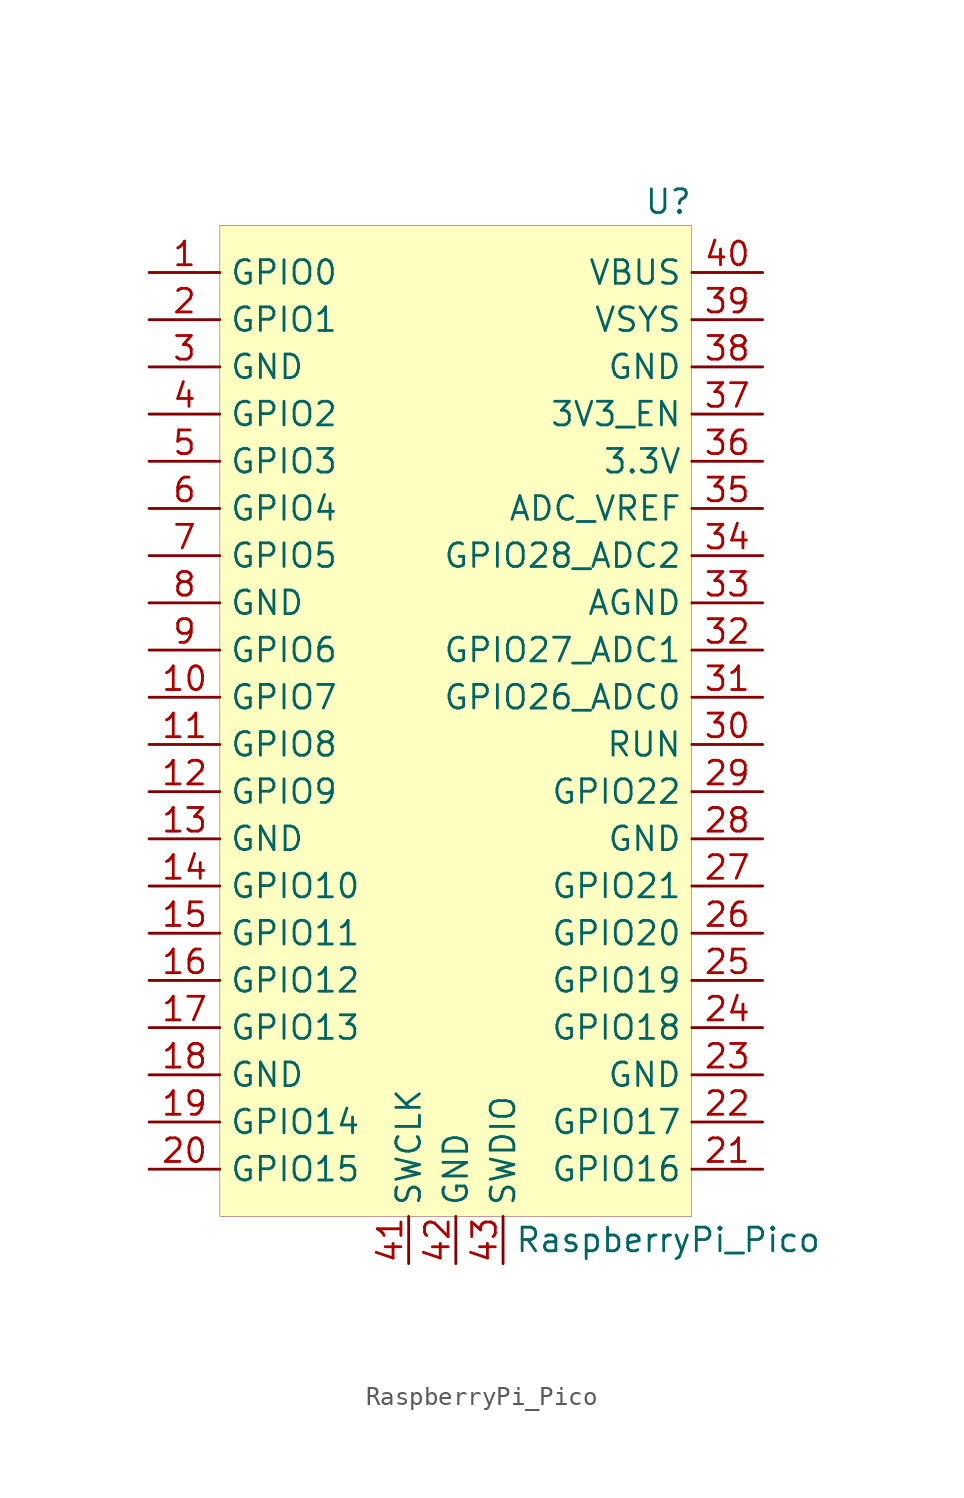
<source format=kicad_sym>
(kicad_symbol_lib
  (version 20201005)
  (generator kicad_symbol_editor)
  (symbol "MCU_Module_Extra:RaspberryPi_Pico"
    (property "Reference" "U"
      (at 11.43 26.67 0)
      (effects (font (size 1.27 1.27))))
    (property "Value" "RaspberryPi_Pico"
      (at 11.43 -29.21 0)
      (effects (font (size 1.27 1.27))))
    (symbol "RaspberryPi_Pico_0_0"
      (pin input line (at -2.54 -30.48 90) (length 2.54) (name "SWCLK" (effects (font (size 1.27 1.27)))) (number "41" (effects (font (size 1.27 1.27)))))
      (pin power_in line (at 0 -30.48 90) (length 2.54) (name "GND" (effects (font (size 1.27 1.27)))) (number "42" (effects (font (size 1.27 1.27)))))
      (pin bidirectional line (at 2.54 -30.48 90) (length 2.54) (name "SWDIO" (effects (font (size 1.27 1.27)))) (number "43" (effects (font (size 1.27 1.27))))))
    (symbol "RaspberryPi_Pico_0_1"
      (rectangle (start -12.7 25.4) (end 12.7 -27.94) (stroke (width 0.001)) (fill (type background))))
    (symbol "RaspberryPi_Pico_1_1"
      (pin bidirectional line (at -16.51 22.86 0) (length 3.81) (name "GPIO0" (effects (font (size 1.27 1.27)))) (number "1" (effects (font (size 1.27 1.27)))))
      (pin bidirectional line (at -16.51 20.32 0) (length 3.81) (name "GPIO1" (effects (font (size 1.27 1.27)))) (number "2" (effects (font (size 1.27 1.27)))))
      (pin power_in line (at -16.51 17.78 0) (length 3.81) (name "GND" (effects (font (size 1.27 1.27)))) (number "3" (effects (font (size 1.27 1.27)))))
      (pin bidirectional line (at -16.51 15.24 0) (length 3.81) (name "GPIO2" (effects (font (size 1.27 1.27)))) (number "4" (effects (font (size 1.27 1.27)))))
      (pin bidirectional line (at -16.51 12.7 0) (length 3.81) (name "GPIO3" (effects (font (size 1.27 1.27)))) (number "5" (effects (font (size 1.27 1.27)))))
      (pin bidirectional line (at -16.51 10.16 0) (length 3.81) (name "GPIO4" (effects (font (size 1.27 1.27)))) (number "6" (effects (font (size 1.27 1.27)))))
      (pin bidirectional line (at -16.51 7.62 0) (length 3.81) (name "GPIO5" (effects (font (size 1.27 1.27)))) (number "7" (effects (font (size 1.27 1.27)))))
      (pin power_in line (at -16.51 5.08 0) (length 3.81) (name "GND" (effects (font (size 1.27 1.27)))) (number "8" (effects (font (size 1.27 1.27)))))
      (pin bidirectional line (at -16.51 2.54 0) (length 3.81) (name "GPIO6" (effects (font (size 1.27 1.27)))) (number "9" (effects (font (size 1.27 1.27)))))
      (pin bidirectional line (at -16.51 0 0) (length 3.81) (name "GPIO7" (effects (font (size 1.27 1.27)))) (number "10" (effects (font (size 1.27 1.27)))))
      (pin bidirectional line (at -16.51 -2.54 0) (length 3.81) (name "GPIO8" (effects (font (size 1.27 1.27)))) (number "11" (effects (font (size 1.27 1.27)))))
      (pin bidirectional line (at -16.51 -5.08 0) (length 3.81) (name "GPIO9" (effects (font (size 1.27 1.27)))) (number "12" (effects (font (size 1.27 1.27)))))
      (pin power_in line (at -16.51 -7.62 0) (length 3.81) (name "GND" (effects (font (size 1.27 1.27)))) (number "13" (effects (font (size 1.27 1.27)))))
      (pin bidirectional line (at -16.51 -10.16 0) (length 3.81) (name "GPIO10" (effects (font (size 1.27 1.27)))) (number "14" (effects (font (size 1.27 1.27)))))
      (pin bidirectional line (at -16.51 -12.7 0) (length 3.81) (name "GPIO11" (effects (font (size 1.27 1.27)))) (number "15" (effects (font (size 1.27 1.27)))))
      (pin bidirectional line (at -16.51 -15.24 0) (length 3.81) (name "GPIO12" (effects (font (size 1.27 1.27)))) (number "16" (effects (font (size 1.27 1.27)))))
      (pin bidirectional line (at -16.51 -17.78 0) (length 3.81) (name "GPIO13" (effects (font (size 1.27 1.27)))) (number "17" (effects (font (size 1.27 1.27)))))
      (pin power_in line (at -16.51 -20.32 0) (length 3.81) (name "GND" (effects (font (size 1.27 1.27)))) (number "18" (effects (font (size 1.27 1.27)))))
      (pin bidirectional line (at -16.51 -22.86 0) (length 3.81) (name "GPIO14" (effects (font (size 1.27 1.27)))) (number "19" (effects (font (size 1.27 1.27)))))
      (pin bidirectional line (at -16.51 -25.4 0) (length 3.81) (name "GPIO15" (effects (font (size 1.27 1.27)))) (number "20" (effects (font (size 1.27 1.27)))))
      (pin power_in line (at 16.51 17.78 180) (length 3.81) (name "GND" (effects (font (size 1.27 1.27)))) (number "38" (effects (font (size 1.27 1.27)))))
      (pin power_in line (at 16.51 5.08 180) (length 3.81) (name "AGND" (effects (font (size 1.27 1.27)))) (number "33" (effects (font (size 1.27 1.27)))))
      (pin power_in line (at 16.51 -7.62 180) (length 3.81) (name "GND" (effects (font (size 1.27 1.27)))) (number "28" (effects (font (size 1.27 1.27)))))
      (pin power_in line (at 16.51 -20.32 180) (length 3.81) (name "GND" (effects (font (size 1.27 1.27)))) (number "23" (effects (font (size 1.27 1.27)))))
      (pin bidirectional line (at 16.51 -25.4 180) (length 3.81) (name "GPIO16" (effects (font (size 1.27 1.27)))) (number "21" (effects (font (size 1.27 1.27)))))
      (pin bidirectional line (at 16.51 -22.86 180) (length 3.81) (name "GPIO17" (effects (font (size 1.27 1.27)))) (number "22" (effects (font (size 1.27 1.27)))))
      (pin bidirectional line (at 16.51 -17.78 180) (length 3.81) (name "GPIO18" (effects (font (size 1.27 1.27)))) (number "24" (effects (font (size 1.27 1.27)))))
      (pin bidirectional line (at 16.51 -15.24 180) (length 3.81) (name "GPIO19" (effects (font (size 1.27 1.27)))) (number "25" (effects (font (size 1.27 1.27)))))
      (pin bidirectional line (at 16.51 -12.7 180) (length 3.81) (name "GPIO20" (effects (font (size 1.27 1.27)))) (number "26" (effects (font (size 1.27 1.27)))))
      (pin bidirectional line (at 16.51 -10.16 180) (length 3.81) (name "GPIO21" (effects (font (size 1.27 1.27)))) (number "27" (effects (font (size 1.27 1.27)))))
      (pin bidirectional line (at 16.51 -5.08 180) (length 3.81) (name "GPIO22" (effects (font (size 1.27 1.27)))) (number "29" (effects (font (size 1.27 1.27)))))
      (pin bidirectional line (at 16.51 0 180) (length 3.81) (name "GPIO26_ADC0" (effects (font (size 1.27 1.27)))) (number "31" (effects (font (size 1.27 1.27)))))
      (pin bidirectional line (at 16.51 2.54 180) (length 3.81) (name "GPIO27_ADC1" (effects (font (size 1.27 1.27)))) (number "32" (effects (font (size 1.27 1.27)))))
      (pin bidirectional line (at 16.51 7.62 180) (length 3.81) (name "GPIO28_ADC2" (effects (font (size 1.27 1.27)))) (number "34" (effects (font (size 1.27 1.27)))))
      (pin input line (at 16.51 -2.54 180) (length 3.81) (name "RUN" (effects (font (size 1.27 1.27)))) (number "30" (effects (font (size 1.27 1.27)))))
      (pin bidirectional line (at 16.51 10.16 180) (length 3.81) (name "ADC_VREF" (effects (font (size 1.27 1.27)))) (number "35" (effects (font (size 1.27 1.27)))))
      (pin power_out line (at 16.51 12.7 180) (length 3.81) (name "3.3V" (effects (font (size 1.27 1.27)))) (number "36" (effects (font (size 1.27 1.27)))))
      (pin input line (at 16.51 15.24 180) (length 3.81) (name "3V3_EN" (effects (font (size 1.27 1.27)))) (number "37" (effects (font (size 1.27 1.27)))))
      (pin power_in line (at 16.51 20.32 180) (length 3.81) (name "VSYS" (effects (font (size 1.27 1.27)))) (number "39" (effects (font (size 1.27 1.27)))))
      (pin power_out line (at 16.51 22.86 180) (length 3.81) (name "VBUS" (effects (font (size 1.27 1.27)))) (number "40" (effects (font (size 1.27 1.27))))))))
</source>
